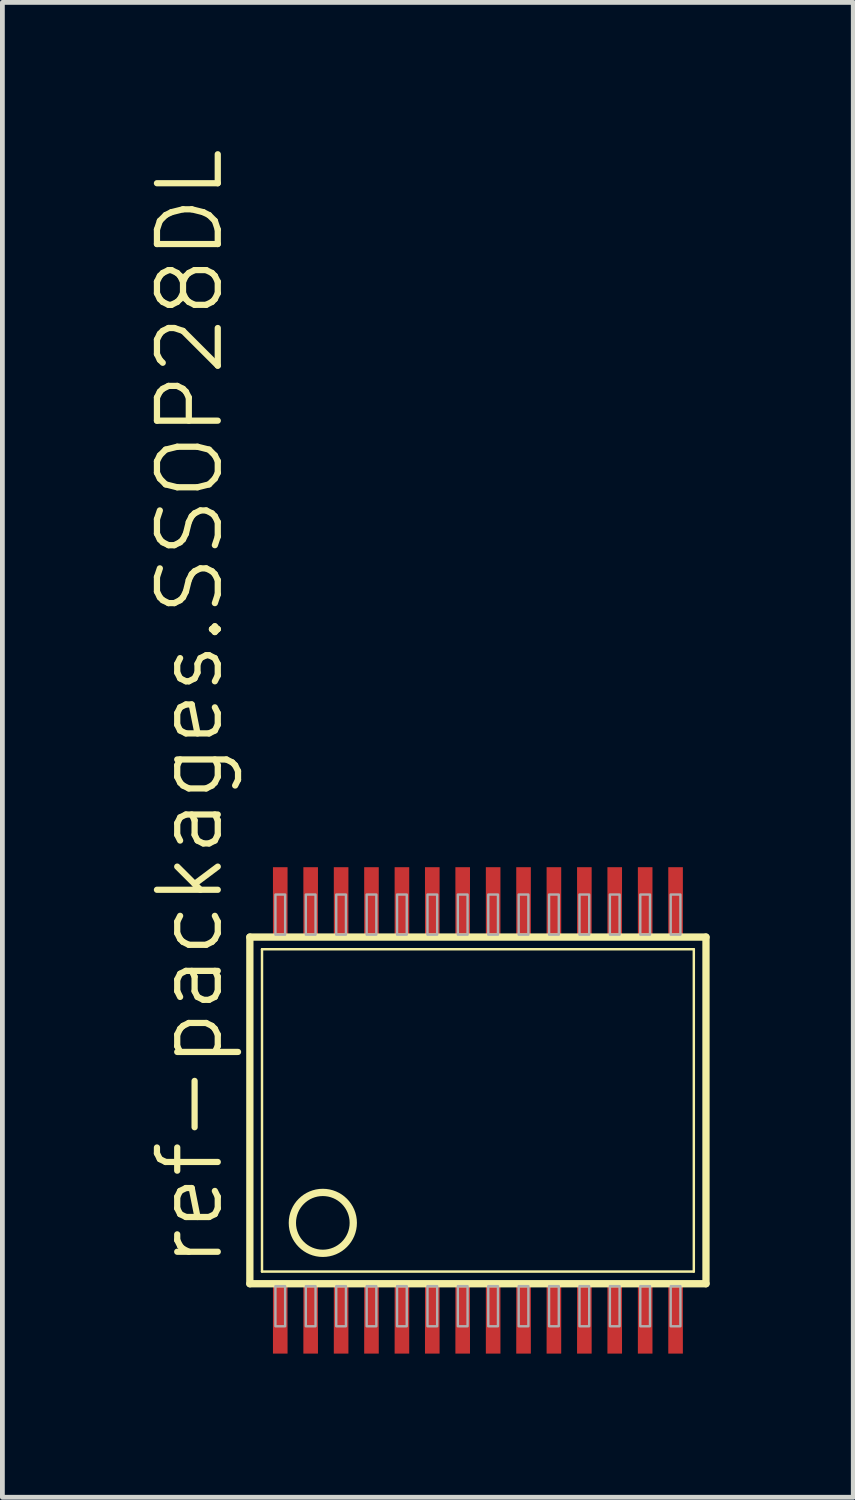
<source format=kicad_pcb>
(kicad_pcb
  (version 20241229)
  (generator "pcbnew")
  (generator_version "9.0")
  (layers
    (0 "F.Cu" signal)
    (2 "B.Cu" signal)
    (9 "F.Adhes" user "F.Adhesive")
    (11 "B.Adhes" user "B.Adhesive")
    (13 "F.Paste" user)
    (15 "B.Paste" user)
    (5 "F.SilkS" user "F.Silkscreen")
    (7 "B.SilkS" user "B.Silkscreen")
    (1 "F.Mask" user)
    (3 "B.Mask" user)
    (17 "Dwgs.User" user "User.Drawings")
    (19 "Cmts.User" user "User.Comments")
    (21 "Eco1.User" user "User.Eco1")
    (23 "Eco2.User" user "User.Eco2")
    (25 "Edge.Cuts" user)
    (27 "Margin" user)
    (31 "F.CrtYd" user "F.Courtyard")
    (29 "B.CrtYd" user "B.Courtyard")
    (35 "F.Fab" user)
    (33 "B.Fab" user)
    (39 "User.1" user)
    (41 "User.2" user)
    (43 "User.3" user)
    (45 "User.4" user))
  (footprint "ref-packages.SSOP28DL"
    (layer "F.Cu")
    (at 6.931 20.14)
    (property "Reference" "ref-packages.SSOP28DL" (at -5.271 3.34 90) (layer "F.SilkS") (effects (font (size 1.27 1.27) (thickness 0.13)) (justify left bottom)))
    (attr smd)
    (fp_line (start -4.763 3.62) (end -4.763 -3.62) (stroke (width 0.152) (type default)) (layer "F.SilkS"))
    (fp_line (start -4.763 3.62) (end 4.763 3.62) (stroke (width 0.152) (type default)) (layer "F.SilkS"))
    (fp_line (start -4.509 3.366) (end -4.509 -3.366) (stroke (width 0.051) (type default)) (layer "F.SilkS"))
    (fp_line (start -4.509 3.366) (end 4.509 3.366) (stroke (width 0.051) (type default)) (layer "F.SilkS"))
    (fp_line (start 4.509 -3.366) (end -4.509 -3.366) (stroke (width 0.051) (type default)) (layer "F.SilkS"))
    (fp_line (start 4.509 -3.366) (end 4.509 3.366) (stroke (width 0.051) (type default)) (layer "F.SilkS"))
    (fp_line (start 4.763 -3.62) (end -4.763 -3.62) (stroke (width 0.152) (type default)) (layer "F.SilkS"))
    (fp_line (start 4.763 3.62) (end 4.763 -3.62) (stroke (width 0.152) (type default)) (layer "F.SilkS"))
    (fp_circle (center -3.239 2.349) (end -2.603 2.349) (stroke (width 0.152) (type default)) (fill no) (layer "F.SilkS"))
    (fp_rect (start -4.229 -3.67) (end -4.026 -4.508) (stroke (width 0.05) (type default)) (fill no) (layer "F.Fab"))
    (fp_rect (start -4.229 4.508) (end -4.026 3.67) (stroke (width 0.05) (type default)) (fill no) (layer "F.Fab"))
    (fp_rect (start -3.594 -3.67) (end -3.391 -4.508) (stroke (width 0.05) (type default)) (fill no) (layer "F.Fab"))
    (fp_rect (start -3.594 4.508) (end -3.391 3.67) (stroke (width 0.05) (type default)) (fill no) (layer "F.Fab"))
    (fp_rect (start -2.959 -3.67) (end -2.756 -4.508) (stroke (width 0.05) (type default)) (fill no) (layer "F.Fab"))
    (fp_rect (start -2.959 4.508) (end -2.756 3.67) (stroke (width 0.05) (type default)) (fill no) (layer "F.Fab"))
    (fp_rect (start -2.324 -3.67) (end -2.121 -4.508) (stroke (width 0.05) (type default)) (fill no) (layer "F.Fab"))
    (fp_rect (start -2.324 4.508) (end -2.121 3.67) (stroke (width 0.05) (type default)) (fill no) (layer "F.Fab"))
    (fp_rect (start -1.689 -3.67) (end -1.486 -4.508) (stroke (width 0.05) (type default)) (fill no) (layer "F.Fab"))
    (fp_rect (start -1.689 4.508) (end -1.486 3.67) (stroke (width 0.05) (type default)) (fill no) (layer "F.Fab"))
    (fp_rect (start -1.054 -3.67) (end -0.851 -4.508) (stroke (width 0.05) (type default)) (fill no) (layer "F.Fab"))
    (fp_rect (start -1.054 4.508) (end -0.851 3.67) (stroke (width 0.05) (type default)) (fill no) (layer "F.Fab"))
    (fp_rect (start -0.419 -3.67) (end -0.216 -4.508) (stroke (width 0.05) (type default)) (fill no) (layer "F.Fab"))
    (fp_rect (start -0.419 4.508) (end -0.216 3.67) (stroke (width 0.05) (type default)) (fill no) (layer "F.Fab"))
    (fp_rect (start 0.216 -3.67) (end 0.419 -4.508) (stroke (width 0.05) (type default)) (fill no) (layer "F.Fab"))
    (fp_rect (start 0.216 4.508) (end 0.419 3.67) (stroke (width 0.05) (type default)) (fill no) (layer "F.Fab"))
    (fp_rect (start 0.851 -3.67) (end 1.054 -4.508) (stroke (width 0.05) (type default)) (fill no) (layer "F.Fab"))
    (fp_rect (start 0.851 4.508) (end 1.054 3.67) (stroke (width 0.05) (type default)) (fill no) (layer "F.Fab"))
    (fp_rect (start 1.486 -3.67) (end 1.689 -4.508) (stroke (width 0.05) (type default)) (fill no) (layer "F.Fab"))
    (fp_rect (start 1.486 4.508) (end 1.689 3.67) (stroke (width 0.05) (type default)) (fill no) (layer "F.Fab"))
    (fp_rect (start 2.121 -3.67) (end 2.324 -4.508) (stroke (width 0.05) (type default)) (fill no) (layer "F.Fab"))
    (fp_rect (start 2.121 4.508) (end 2.324 3.67) (stroke (width 0.05) (type default)) (fill no) (layer "F.Fab"))
    (fp_rect (start 2.756 -3.67) (end 2.959 -4.508) (stroke (width 0.05) (type default)) (fill no) (layer "F.Fab"))
    (fp_rect (start 2.756 4.508) (end 2.959 3.67) (stroke (width 0.05) (type default)) (fill no) (layer "F.Fab"))
    (fp_rect (start 3.391 -3.67) (end 3.594 -4.508) (stroke (width 0.05) (type default)) (fill no) (layer "F.Fab"))
    (fp_rect (start 3.391 4.508) (end 3.594 3.67) (stroke (width 0.05) (type default)) (fill no) (layer "F.Fab"))
    (fp_rect (start 4.026 -3.67) (end 4.229 -4.508) (stroke (width 0.05) (type default)) (fill no) (layer "F.Fab"))
    (fp_rect (start 4.026 4.508) (end 4.229 3.67) (stroke (width 0.05) (type default)) (fill no) (layer "F.Fab"))
    (pad "1" smd roundrect (at -4.128 4.381) (size 0.305 1.397) (layers "F.Cu" "F.Mask" "F.Paste") (roundrect_rratio 0.01))
    (pad "2" smd roundrect (at -3.493 4.381) (size 0.305 1.397) (layers "F.Cu" "F.Mask" "F.Paste") (roundrect_rratio 0.01))
    (pad "3" smd roundrect (at -2.857 4.381) (size 0.305 1.397) (layers "F.Cu" "F.Mask" "F.Paste") (roundrect_rratio 0.01))
    (pad "4" smd roundrect (at -2.223 4.381) (size 0.305 1.397) (layers "F.Cu" "F.Mask" "F.Paste") (roundrect_rratio 0.01))
    (pad "5" smd roundrect (at -1.587 4.381) (size 0.305 1.397) (layers "F.Cu" "F.Mask" "F.Paste") (roundrect_rratio 0.01))
    (pad "6" smd roundrect (at -0.953 4.381) (size 0.305 1.397) (layers "F.Cu" "F.Mask" "F.Paste") (roundrect_rratio 0.01))
    (pad "7" smd roundrect (at -0.318 4.381) (size 0.305 1.397) (layers "F.Cu" "F.Mask" "F.Paste") (roundrect_rratio 0.01))
    (pad "8" smd roundrect (at 0.318 4.381) (size 0.305 1.397) (layers "F.Cu" "F.Mask" "F.Paste") (roundrect_rratio 0.01))
    (pad "9" smd roundrect (at 0.953 4.381) (size 0.305 1.397) (layers "F.Cu" "F.Mask" "F.Paste") (roundrect_rratio 0.01))
    (pad "10" smd roundrect (at 1.587 4.381) (size 0.305 1.397) (layers "F.Cu" "F.Mask" "F.Paste") (roundrect_rratio 0.01))
    (pad "11" smd roundrect (at 2.223 4.381) (size 0.305 1.397) (layers "F.Cu" "F.Mask" "F.Paste") (roundrect_rratio 0.01))
    (pad "12" smd roundrect (at 2.857 4.381) (size 0.305 1.397) (layers "F.Cu" "F.Mask" "F.Paste") (roundrect_rratio 0.01))
    (pad "13" smd roundrect (at 3.493 4.381) (size 0.305 1.397) (layers "F.Cu" "F.Mask" "F.Paste") (roundrect_rratio 0.01))
    (pad "14" smd roundrect (at 4.128 4.381) (size 0.305 1.397) (layers "F.Cu" "F.Mask" "F.Paste") (roundrect_rratio 0.01))
    (pad "15" smd roundrect (at 4.128 -4.381) (size 0.305 1.397) (layers "F.Cu" "F.Mask" "F.Paste") (roundrect_rratio 0.01))
    (pad "16" smd roundrect (at 3.493 -4.381) (size 0.305 1.397) (layers "F.Cu" "F.Mask" "F.Paste") (roundrect_rratio 0.01))
    (pad "17" smd roundrect (at 2.857 -4.381) (size 0.305 1.397) (layers "F.Cu" "F.Mask" "F.Paste") (roundrect_rratio 0.01))
    (pad "18" smd roundrect (at 2.223 -4.381) (size 0.305 1.397) (layers "F.Cu" "F.Mask" "F.Paste") (roundrect_rratio 0.01))
    (pad "19" smd roundrect (at 1.587 -4.381) (size 0.305 1.397) (layers "F.Cu" "F.Mask" "F.Paste") (roundrect_rratio 0.01))
    (pad "20" smd roundrect (at 0.953 -4.381) (size 0.305 1.397) (layers "F.Cu" "F.Mask" "F.Paste") (roundrect_rratio 0.01))
    (pad "21" smd roundrect (at 0.318 -4.381) (size 0.305 1.397) (layers "F.Cu" "F.Mask" "F.Paste") (roundrect_rratio 0.01))
    (pad "22" smd roundrect (at -0.318 -4.381) (size 0.305 1.397) (layers "F.Cu" "F.Mask" "F.Paste") (roundrect_rratio 0.01))
    (pad "23" smd roundrect (at -0.953 -4.381) (size 0.305 1.397) (layers "F.Cu" "F.Mask" "F.Paste") (roundrect_rratio 0.01))
    (pad "24" smd roundrect (at -1.587 -4.381) (size 0.305 1.397) (layers "F.Cu" "F.Mask" "F.Paste") (roundrect_rratio 0.01))
    (pad "25" smd roundrect (at -2.223 -4.381) (size 0.305 1.397) (layers "F.Cu" "F.Mask" "F.Paste") (roundrect_rratio 0.01))
    (pad "26" smd roundrect (at -2.857 -4.381) (size 0.305 1.397) (layers "F.Cu" "F.Mask" "F.Paste") (roundrect_rratio 0.01))
    (pad "27" smd roundrect (at -3.493 -4.381) (size 0.305 1.397) (layers "F.Cu" "F.Mask" "F.Paste") (roundrect_rratio 0.01))
    (pad "28" smd roundrect (at -4.128 -4.381) (size 0.305 1.397) (layers "F.Cu" "F.Mask" "F.Paste") (roundrect_rratio 0.01)))
  (gr_rect
    (start -3 -3)
    (end 14.77 28.22)
    (stroke (width 0.1) (type default))
    (fill no)
    (layer "Edge.Cuts")))
</source>
